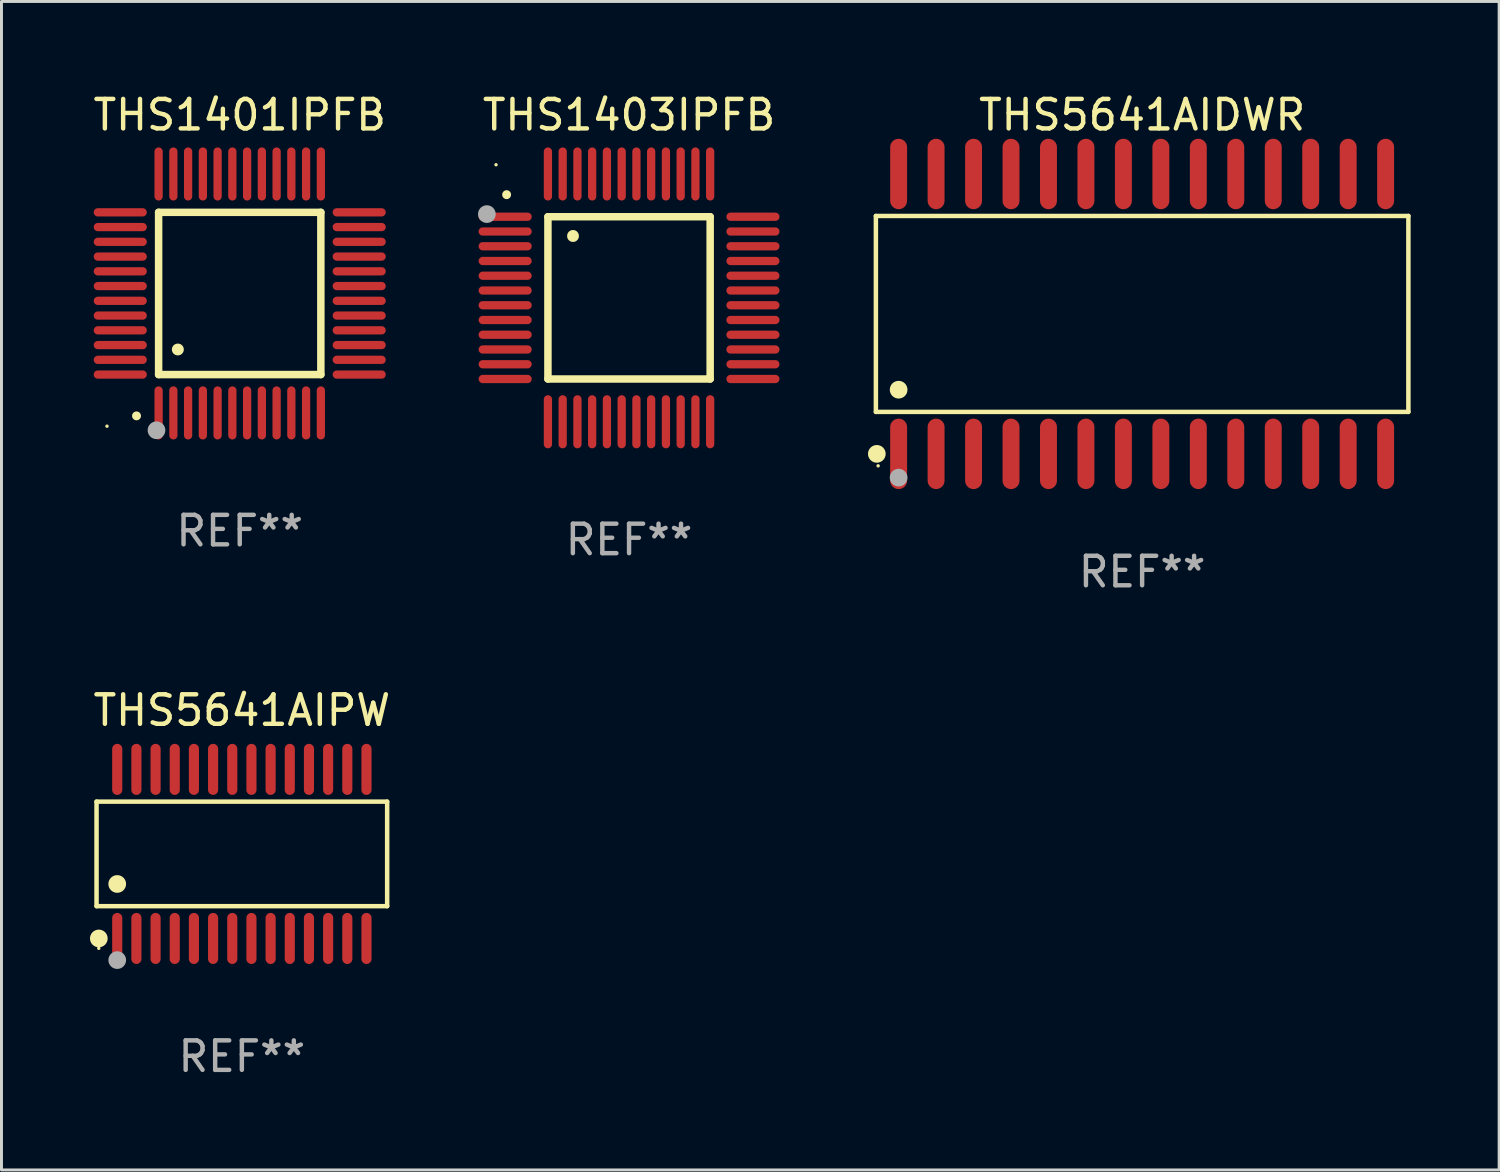
<source format=kicad_pcb>
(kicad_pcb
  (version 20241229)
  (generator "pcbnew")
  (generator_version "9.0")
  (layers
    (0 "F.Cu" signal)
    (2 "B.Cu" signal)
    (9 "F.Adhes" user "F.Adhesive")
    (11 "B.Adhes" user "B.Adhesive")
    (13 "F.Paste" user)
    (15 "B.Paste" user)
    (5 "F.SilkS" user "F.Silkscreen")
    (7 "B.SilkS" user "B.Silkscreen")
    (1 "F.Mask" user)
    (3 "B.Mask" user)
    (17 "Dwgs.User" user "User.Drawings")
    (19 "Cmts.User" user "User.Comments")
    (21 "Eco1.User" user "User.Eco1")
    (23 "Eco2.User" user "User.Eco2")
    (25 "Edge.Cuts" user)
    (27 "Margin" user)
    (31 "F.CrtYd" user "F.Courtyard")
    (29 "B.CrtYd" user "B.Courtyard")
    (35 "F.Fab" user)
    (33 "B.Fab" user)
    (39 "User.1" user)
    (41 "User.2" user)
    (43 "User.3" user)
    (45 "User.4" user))
  (footprint "THS5641AIDWR"
    (layer "F.Cu")
    (at 35.669 7.592)
    (property "Reference" "THS5641AIDWR" (at 0 -6.744 0) (layer "F.SilkS") (effects (font (size 1 1) (thickness 0.15))))
    (attr through_hole)
    (fp_line (start -9.026 -3.321) (end 9.026 -3.321) (stroke (width 0.152) (type solid)) (layer "F.SilkS"))
    (fp_line (start -9.026 3.321) (end -9.026 -3.321) (stroke (width 0.152) (type solid)) (layer "F.SilkS"))
    (fp_line (start 9.026 -3.321) (end 9.026 3.321) (stroke (width 0.152) (type solid)) (layer "F.SilkS"))
    (fp_line (start 9.026 3.321) (end -9.026 3.321) (stroke (width 0.152) (type solid)) (layer "F.SilkS"))
    (fp_circle (center -8.994 4.744) (end -8.844 4.744) (stroke (width 0.3) (type solid)) (fill no) (layer "F.SilkS"))
    (fp_circle (center -8.95 5.15) (end -8.92 5.15) (stroke (width 0.06) (type solid)) (fill no) (layer "F.SilkS"))
    (fp_circle (center -8.255 2.569) (end -8.105 2.569) (stroke (width 0.3) (type solid)) (fill no) (layer "F.SilkS"))
    (fp_circle (center -8.255 5.55) (end -8.105 5.55) (stroke (width 0.3) (type solid)) (fill no) (layer "F.Fab"))
    (fp_text user "REF**" (at 0 8.744 0) (layer "F.Fab") (effects (font (size 1 1) (thickness 0.15))))
    (pad "1" smd oval (at -8.255 4.744) (size 0.574 2.388) (layers "F.Cu" "F.Mask" "F.Paste"))
    (pad "2" smd oval (at -6.985 4.744) (size 0.574 2.388) (layers "F.Cu" "F.Mask" "F.Paste"))
    (pad "3" smd oval (at -5.715 4.744) (size 0.574 2.388) (layers "F.Cu" "F.Mask" "F.Paste"))
    (pad "4" smd oval (at -4.445 4.744) (size 0.574 2.388) (layers "F.Cu" "F.Mask" "F.Paste"))
    (pad "5" smd oval (at -3.175 4.744) (size 0.574 2.388) (layers "F.Cu" "F.Mask" "F.Paste"))
    (pad "6" smd oval (at -1.905 4.744) (size 0.574 2.388) (layers "F.Cu" "F.Mask" "F.Paste"))
    (pad "7" smd oval (at -0.635 4.744) (size 0.574 2.388) (layers "F.Cu" "F.Mask" "F.Paste"))
    (pad "8" smd oval (at 0.635 4.744) (size 0.574 2.388) (layers "F.Cu" "F.Mask" "F.Paste"))
    (pad "9" smd oval (at 1.905 4.744) (size 0.574 2.388) (layers "F.Cu" "F.Mask" "F.Paste"))
    (pad "10" smd oval (at 3.175 4.744) (size 0.574 2.388) (layers "F.Cu" "F.Mask" "F.Paste"))
    (pad "11" smd oval (at 4.445 4.744) (size 0.574 2.388) (layers "F.Cu" "F.Mask" "F.Paste"))
    (pad "12" smd oval (at 5.715 4.744) (size 0.574 2.388) (layers "F.Cu" "F.Mask" "F.Paste"))
    (pad "13" smd oval (at 6.985 4.744) (size 0.574 2.388) (layers "F.Cu" "F.Mask" "F.Paste"))
    (pad "14" smd oval (at 8.255 4.744) (size 0.574 2.388) (layers "F.Cu" "F.Mask" "F.Paste"))
    (pad "15" smd oval (at 8.255 -4.744) (size 0.574 2.388) (layers "F.Cu" "F.Mask" "F.Paste"))
    (pad "16" smd oval (at 6.985 -4.744) (size 0.574 2.388) (layers "F.Cu" "F.Mask" "F.Paste"))
    (pad "17" smd oval (at 5.715 -4.744) (size 0.574 2.388) (layers "F.Cu" "F.Mask" "F.Paste"))
    (pad "18" smd oval (at 4.445 -4.744) (size 0.574 2.388) (layers "F.Cu" "F.Mask" "F.Paste"))
    (pad "19" smd oval (at 3.175 -4.744) (size 0.574 2.388) (layers "F.Cu" "F.Mask" "F.Paste"))
    (pad "20" smd oval (at 1.905 -4.744) (size 0.574 2.388) (layers "F.Cu" "F.Mask" "F.Paste"))
    (pad "21" smd oval (at 0.635 -4.744) (size 0.574 2.388) (layers "F.Cu" "F.Mask" "F.Paste"))
    (pad "22" smd oval (at -0.635 -4.744) (size 0.574 2.388) (layers "F.Cu" "F.Mask" "F.Paste"))
    (pad "23" smd oval (at -1.905 -4.744) (size 0.574 2.388) (layers "F.Cu" "F.Mask" "F.Paste"))
    (pad "24" smd oval (at -3.175 -4.744) (size 0.574 2.388) (layers "F.Cu" "F.Mask" "F.Paste"))
    (pad "25" smd oval (at -4.445 -4.744) (size 0.574 2.388) (layers "F.Cu" "F.Mask" "F.Paste"))
    (pad "26" smd oval (at -5.715 -4.744) (size 0.574 2.388) (layers "F.Cu" "F.Mask" "F.Paste"))
    (pad "27" smd oval (at -6.985 -4.744) (size 0.574 2.388) (layers "F.Cu" "F.Mask" "F.Paste"))
    (pad "28" smd oval (at -8.255 -4.744) (size 0.574 2.388) (layers "F.Cu" "F.Mask" "F.Paste")))
  (footprint "THS1401IPFB"
    (layer "F.Cu")
    (at 5.077 6.898)
    (property "Reference" "THS1401IPFB" (at 0 -6.05 0) (layer "F.SilkS") (effects (font (size 1 1) (thickness 0.15))))
    (attr through_hole)
    (fp_line (start -2.75 -2.75) (end 2.75 -2.75) (stroke (width 0.254) (type solid)) (layer "F.SilkS"))
    (fp_line (start -2.75 2.75) (end -2.75 -2.75) (stroke (width 0.254) (type solid)) (layer "F.SilkS"))
    (fp_line (start 2.75 -2.75) (end 2.75 2.75) (stroke (width 0.254) (type solid)) (layer "F.SilkS"))
    (fp_line (start 2.75 2.75) (end -2.75 2.75) (stroke (width 0.254) (type solid)) (layer "F.SilkS"))
    (fp_arc (start -3.500127 4.150368) (mid -3.498857 4.150363) (end -3.497587 4.150368) (stroke (width 0.3) (type solid)) (layer "F.SilkS"))
    (fp_arc (start -2.100584 1.899924) (mid -2.098044 1.899908) (end -2.095504 1.899924) (stroke (width 0.4) (type solid)) (layer "F.SilkS"))
    (fp_circle (center -4.5 4.5) (end -4.47 4.5) (stroke (width 0.06) (type solid)) (fill no) (layer "F.SilkS"))
    (fp_circle (center -2.822 4.638) (end -2.672 4.638) (stroke (width 0.3) (type solid)) (fill no) (layer "F.Fab"))
    (fp_text user "REF**" (at 0 8.05 0) (layer "F.Fab") (effects (font (size 1 1) (thickness 0.15))))
    (pad "1" smd oval (at -2.75 4.05) (size 0.28 1.8) (layers "F.Cu" "F.Mask" "F.Paste"))
    (pad "2" smd oval (at -2.25 4.05) (size 0.28 1.8) (layers "F.Cu" "F.Mask" "F.Paste"))
    (pad "3" smd oval (at -1.75 4.05) (size 0.28 1.8) (layers "F.Cu" "F.Mask" "F.Paste"))
    (pad "4" smd oval (at -1.25 4.05) (size 0.28 1.8) (layers "F.Cu" "F.Mask" "F.Paste"))
    (pad "5" smd oval (at -0.75 4.05) (size 0.28 1.8) (layers "F.Cu" "F.Mask" "F.Paste"))
    (pad "6" smd oval (at -0.25 4.05) (size 0.28 1.8) (layers "F.Cu" "F.Mask" "F.Paste"))
    (pad "7" smd oval (at 0.25 4.05) (size 0.28 1.8) (layers "F.Cu" "F.Mask" "F.Paste"))
    (pad "8" smd oval (at 0.75 4.05) (size 0.28 1.8) (layers "F.Cu" "F.Mask" "F.Paste"))
    (pad "9" smd oval (at 1.25 4.05) (size 0.28 1.8) (layers "F.Cu" "F.Mask" "F.Paste"))
    (pad "10" smd oval (at 1.75 4.05) (size 0.28 1.8) (layers "F.Cu" "F.Mask" "F.Paste"))
    (pad "11" smd oval (at 2.25 4.05) (size 0.28 1.8) (layers "F.Cu" "F.Mask" "F.Paste"))
    (pad "12" smd oval (at 2.75 4.05) (size 0.28 1.8) (layers "F.Cu" "F.Mask" "F.Paste"))
    (pad "13" smd oval (at 4.05 2.75) (size 1.8 0.28) (layers "F.Cu" "F.Mask" "F.Paste"))
    (pad "14" smd oval (at 4.05 2.25) (size 1.8 0.28) (layers "F.Cu" "F.Mask" "F.Paste"))
    (pad "15" smd oval (at 4.05 1.75) (size 1.8 0.28) (layers "F.Cu" "F.Mask" "F.Paste"))
    (pad "16" smd oval (at 4.05 1.25) (size 1.8 0.28) (layers "F.Cu" "F.Mask" "F.Paste"))
    (pad "17" smd oval (at 4.05 0.75) (size 1.8 0.28) (layers "F.Cu" "F.Mask" "F.Paste"))
    (pad "18" smd oval (at 4.05 0.25) (size 1.8 0.28) (layers "F.Cu" "F.Mask" "F.Paste"))
    (pad "19" smd oval (at 4.05 -0.25) (size 1.8 0.28) (layers "F.Cu" "F.Mask" "F.Paste"))
    (pad "20" smd oval (at 4.05 -0.75) (size 1.8 0.28) (layers "F.Cu" "F.Mask" "F.Paste"))
    (pad "21" smd oval (at 4.05 -1.25) (size 1.8 0.28) (layers "F.Cu" "F.Mask" "F.Paste"))
    (pad "22" smd oval (at 4.05 -1.75) (size 1.8 0.28) (layers "F.Cu" "F.Mask" "F.Paste"))
    (pad "23" smd oval (at 4.05 -2.25) (size 1.8 0.28) (layers "F.Cu" "F.Mask" "F.Paste"))
    (pad "24" smd oval (at 4.05 -2.75) (size 1.8 0.28) (layers "F.Cu" "F.Mask" "F.Paste"))
    (pad "25" smd oval (at 2.75 -4.05) (size 0.28 1.8) (layers "F.Cu" "F.Mask" "F.Paste"))
    (pad "26" smd oval (at 2.25 -4.05) (size 0.28 1.8) (layers "F.Cu" "F.Mask" "F.Paste"))
    (pad "27" smd oval (at 1.75 -4.05) (size 0.28 1.8) (layers "F.Cu" "F.Mask" "F.Paste"))
    (pad "28" smd oval (at 1.25 -4.05) (size 0.28 1.8) (layers "F.Cu" "F.Mask" "F.Paste"))
    (pad "29" smd oval (at 0.75 -4.05) (size 0.28 1.8) (layers "F.Cu" "F.Mask" "F.Paste"))
    (pad "30" smd oval (at 0.25 -4.05) (size 0.28 1.8) (layers "F.Cu" "F.Mask" "F.Paste"))
    (pad "31" smd oval (at -0.25 -4.05) (size 0.28 1.8) (layers "F.Cu" "F.Mask" "F.Paste"))
    (pad "32" smd oval (at -0.75 -4.05) (size 0.28 1.8) (layers "F.Cu" "F.Mask" "F.Paste"))
    (pad "33" smd oval (at -1.25 -4.05) (size 0.28 1.8) (layers "F.Cu" "F.Mask" "F.Paste"))
    (pad "34" smd oval (at -1.75 -4.05) (size 0.28 1.8) (layers "F.Cu" "F.Mask" "F.Paste"))
    (pad "35" smd oval (at -2.25 -4.05) (size 0.28 1.8) (layers "F.Cu" "F.Mask" "F.Paste"))
    (pad "36" smd oval (at -2.75 -4.05) (size 0.28 1.8) (layers "F.Cu" "F.Mask" "F.Paste"))
    (pad "37" smd oval (at -4.05 -2.75) (size 1.8 0.28) (layers "F.Cu" "F.Mask" "F.Paste"))
    (pad "38" smd oval (at -4.05 -2.25) (size 1.8 0.28) (layers "F.Cu" "F.Mask" "F.Paste"))
    (pad "39" smd oval (at -4.05 -1.75) (size 1.8 0.28) (layers "F.Cu" "F.Mask" "F.Paste"))
    (pad "40" smd oval (at -4.05 -1.25) (size 1.8 0.28) (layers "F.Cu" "F.Mask" "F.Paste"))
    (pad "41" smd oval (at -4.05 -0.75) (size 1.8 0.28) (layers "F.Cu" "F.Mask" "F.Paste"))
    (pad "42" smd oval (at -4.05 -0.25) (size 1.8 0.28) (layers "F.Cu" "F.Mask" "F.Paste"))
    (pad "43" smd oval (at -4.05 0.25) (size 1.8 0.28) (layers "F.Cu" "F.Mask" "F.Paste"))
    (pad "44" smd oval (at -4.05 0.75) (size 1.8 0.28) (layers "F.Cu" "F.Mask" "F.Paste"))
    (pad "45" smd oval (at -4.05 1.25) (size 1.8 0.28) (layers "F.Cu" "F.Mask" "F.Paste"))
    (pad "46" smd oval (at -4.05 1.75) (size 1.8 0.28) (layers "F.Cu" "F.Mask" "F.Paste"))
    (pad "47" smd oval (at -4.05 2.25) (size 1.8 0.28) (layers "F.Cu" "F.Mask" "F.Paste"))
    (pad "48" smd oval (at -4.05 2.75) (size 1.8 0.28) (layers "F.Cu" "F.Mask" "F.Paste")))
  (footprint "THS1403IPFB"
    (layer "F.Cu")
    (at 18.275 7.048)
    (property "Reference" "THS1403IPFB" (at 0 -6.2 0) (layer "F.SilkS") (effects (font (size 1 1) (thickness 0.15))))
    (attr through_hole)
    (fp_line (start -2.75 -2.75) (end 2.75 -2.75) (stroke (width 0.254) (type solid)) (layer "F.SilkS"))
    (fp_line (start -2.75 2.75) (end -2.75 -2.75) (stroke (width 0.254) (type solid)) (layer "F.SilkS"))
    (fp_line (start 2.75 -2.75) (end 2.75 2.75) (stroke (width 0.254) (type solid)) (layer "F.SilkS"))
    (fp_line (start 2.75 2.75) (end -2.75 2.75) (stroke (width 0.254) (type solid)) (layer "F.SilkS"))
    (fp_arc (start -4.150368 -3.497587) (mid -4.150373 -3.498857) (end -4.150368 -3.500127) (stroke (width 0.3) (type solid)) (layer "F.SilkS"))
    (fp_arc (start -1.899924 -2.095504) (mid -1.89994 -2.098044) (end -1.899924 -2.100584) (stroke (width 0.4) (type solid)) (layer "F.SilkS"))
    (fp_circle (center -4.509 -4.513) (end -4.479 -4.513) (stroke (width 0.06) (type solid)) (fill no) (layer "F.SilkS"))
    (fp_circle (center -4.82 -2.84) (end -4.67 -2.84) (stroke (width 0.3) (type solid)) (fill no) (layer "F.Fab"))
    (fp_text user "REF**" (at 0 8.2 0) (layer "F.Fab") (effects (font (size 1 1) (thickness 0.15))))
    (pad "1" smd oval (at -4.2 -2.75 90) (size 0.28 1.8) (layers "F.Cu" "F.Mask" "F.Paste"))
    (pad "2" smd oval (at -4.2 -2.25 90) (size 0.28 1.8) (layers "F.Cu" "F.Mask" "F.Paste"))
    (pad "3" smd oval (at -4.2 -1.75 90) (size 0.28 1.8) (layers "F.Cu" "F.Mask" "F.Paste"))
    (pad "4" smd oval (at -4.2 -1.25 90) (size 0.28 1.8) (layers "F.Cu" "F.Mask" "F.Paste"))
    (pad "5" smd oval (at -4.2 -0.75 90) (size 0.28 1.8) (layers "F.Cu" "F.Mask" "F.Paste"))
    (pad "6" smd oval (at -4.2 -0.25 90) (size 0.28 1.8) (layers "F.Cu" "F.Mask" "F.Paste"))
    (pad "7" smd oval (at -4.2 0.25 90) (size 0.28 1.8) (layers "F.Cu" "F.Mask" "F.Paste"))
    (pad "8" smd oval (at -4.2 0.75 90) (size 0.28 1.8) (layers "F.Cu" "F.Mask" "F.Paste"))
    (pad "9" smd oval (at -4.2 1.25 90) (size 0.28 1.8) (layers "F.Cu" "F.Mask" "F.Paste"))
    (pad "10" smd oval (at -4.2 1.75 90) (size 0.28 1.8) (layers "F.Cu" "F.Mask" "F.Paste"))
    (pad "11" smd oval (at -4.2 2.25 90) (size 0.28 1.8) (layers "F.Cu" "F.Mask" "F.Paste"))
    (pad "12" smd oval (at -4.2 2.75 90) (size 0.28 1.8) (layers "F.Cu" "F.Mask" "F.Paste"))
    (pad "13" smd oval (at -2.75 4.2) (size 0.28 1.8) (layers "F.Cu" "F.Mask" "F.Paste"))
    (pad "14" smd oval (at -2.25 4.2) (size 0.28 1.8) (layers "F.Cu" "F.Mask" "F.Paste"))
    (pad "15" smd oval (at -1.75 4.2) (size 0.28 1.8) (layers "F.Cu" "F.Mask" "F.Paste"))
    (pad "16" smd oval (at -1.25 4.2) (size 0.28 1.8) (layers "F.Cu" "F.Mask" "F.Paste"))
    (pad "17" smd oval (at -0.75 4.2) (size 0.28 1.8) (layers "F.Cu" "F.Mask" "F.Paste"))
    (pad "18" smd oval (at -0.25 4.2) (size 0.28 1.8) (layers "F.Cu" "F.Mask" "F.Paste"))
    (pad "19" smd oval (at 0.25 4.2) (size 0.28 1.8) (layers "F.Cu" "F.Mask" "F.Paste"))
    (pad "20" smd oval (at 0.75 4.2) (size 0.28 1.8) (layers "F.Cu" "F.Mask" "F.Paste"))
    (pad "21" smd oval (at 1.25 4.2) (size 0.28 1.8) (layers "F.Cu" "F.Mask" "F.Paste"))
    (pad "22" smd oval (at 1.75 4.2) (size 0.28 1.8) (layers "F.Cu" "F.Mask" "F.Paste"))
    (pad "23" smd oval (at 2.25 4.2) (size 0.28 1.8) (layers "F.Cu" "F.Mask" "F.Paste"))
    (pad "24" smd oval (at 2.75 4.2) (size 0.28 1.8) (layers "F.Cu" "F.Mask" "F.Paste"))
    (pad "25" smd oval (at 4.2 2.75 90) (size 0.28 1.8) (layers "F.Cu" "F.Mask" "F.Paste"))
    (pad "26" smd oval (at 4.2 2.25 90) (size 0.28 1.8) (layers "F.Cu" "F.Mask" "F.Paste"))
    (pad "27" smd oval (at 4.2 1.75 90) (size 0.28 1.8) (layers "F.Cu" "F.Mask" "F.Paste"))
    (pad "28" smd oval (at 4.2 1.25 90) (size 0.28 1.8) (layers "F.Cu" "F.Mask" "F.Paste"))
    (pad "29" smd oval (at 4.2 0.75 90) (size 0.28 1.8) (layers "F.Cu" "F.Mask" "F.Paste"))
    (pad "30" smd oval (at 4.2 0.25 90) (size 0.28 1.8) (layers "F.Cu" "F.Mask" "F.Paste"))
    (pad "31" smd oval (at 4.2 -0.25 90) (size 0.28 1.8) (layers "F.Cu" "F.Mask" "F.Paste"))
    (pad "32" smd oval (at 4.2 -0.75 90) (size 0.28 1.8) (layers "F.Cu" "F.Mask" "F.Paste"))
    (pad "33" smd oval (at 4.2 -1.25 90) (size 0.28 1.8) (layers "F.Cu" "F.Mask" "F.Paste"))
    (pad "34" smd oval (at 4.2 -1.75 90) (size 0.28 1.8) (layers "F.Cu" "F.Mask" "F.Paste"))
    (pad "35" smd oval (at 4.2 -2.25 90) (size 0.28 1.8) (layers "F.Cu" "F.Mask" "F.Paste"))
    (pad "36" smd oval (at 4.2 -2.75 90) (size 0.28 1.8) (layers "F.Cu" "F.Mask" "F.Paste"))
    (pad "37" smd oval (at 2.75 -4.2) (size 0.28 1.8) (layers "F.Cu" "F.Mask" "F.Paste"))
    (pad "38" smd oval (at 2.25 -4.2) (size 0.28 1.8) (layers "F.Cu" "F.Mask" "F.Paste"))
    (pad "39" smd oval (at 1.75 -4.2) (size 0.28 1.8) (layers "F.Cu" "F.Mask" "F.Paste"))
    (pad "40" smd oval (at 1.25 -4.2) (size 0.28 1.8) (layers "F.Cu" "F.Mask" "F.Paste"))
    (pad "41" smd oval (at 0.75 -4.2) (size 0.28 1.8) (layers "F.Cu" "F.Mask" "F.Paste"))
    (pad "42" smd oval (at 0.25 -4.2) (size 0.28 1.8) (layers "F.Cu" "F.Mask" "F.Paste"))
    (pad "43" smd oval (at -0.25 -4.2) (size 0.28 1.8) (layers "F.Cu" "F.Mask" "F.Paste"))
    (pad "44" smd oval (at -0.75 -4.2) (size 0.28 1.8) (layers "F.Cu" "F.Mask" "F.Paste"))
    (pad "45" smd oval (at -1.25 -4.2) (size 0.28 1.8) (layers "F.Cu" "F.Mask" "F.Paste"))
    (pad "46" smd oval (at -1.75 -4.2) (size 0.28 1.8) (layers "F.Cu" "F.Mask" "F.Paste"))
    (pad "47" smd oval (at -2.25 -4.2) (size 0.28 1.8) (layers "F.Cu" "F.Mask" "F.Paste"))
    (pad "48" smd oval (at -2.75 -4.2) (size 0.28 1.8) (layers "F.Cu" "F.Mask" "F.Paste")))
  (footprint "THS5641AIPW"
    (layer "F.Cu")
    (at 5.149 25.898)
    (property "Reference" "THS5641AIPW" (at 0 -4.866 0) (layer "F.SilkS") (effects (font (size 1 1) (thickness 0.15))))
    (attr through_hole)
    (fp_line (start -4.926 -1.772) (end 4.926 -1.772) (stroke (width 0.152) (type solid)) (layer "F.SilkS"))
    (fp_line (start -4.926 1.771) (end -4.926 -1.772) (stroke (width 0.152) (type solid)) (layer "F.SilkS"))
    (fp_line (start 4.926 -1.772) (end 4.926 1.771) (stroke (width 0.152) (type solid)) (layer "F.SilkS"))
    (fp_line (start 4.926 1.771) (end -4.926 1.771) (stroke (width 0.152) (type solid)) (layer "F.SilkS"))
    (fp_circle (center -4.85 3.2) (end -4.82 3.2) (stroke (width 0.06) (type solid)) (fill no) (layer "F.SilkS"))
    (fp_circle (center -4.849 2.866) (end -4.699 2.866) (stroke (width 0.3) (type solid)) (fill no) (layer "F.SilkS"))
    (fp_circle (center -4.225 1.019) (end -4.075 1.019) (stroke (width 0.3) (type solid)) (fill no) (layer "F.SilkS"))
    (fp_circle (center -4.225 3.6) (end -4.075 3.6) (stroke (width 0.3) (type solid)) (fill no) (layer "F.Fab"))
    (fp_text user "REF**" (at 0 6.866 0) (layer "F.Fab") (effects (font (size 1 1) (thickness 0.15))))
    (pad "1" smd oval (at -4.225 2.866) (size 0.343 1.731) (layers "F.Cu" "F.Mask" "F.Paste"))
    (pad "2" smd oval (at -3.575 2.866) (size 0.343 1.731) (layers "F.Cu" "F.Mask" "F.Paste"))
    (pad "3" smd oval (at -2.925 2.866) (size 0.343 1.731) (layers "F.Cu" "F.Mask" "F.Paste"))
    (pad "4" smd oval (at -2.275 2.866) (size 0.343 1.731) (layers "F.Cu" "F.Mask" "F.Paste"))
    (pad "5" smd oval (at -1.625 2.866) (size 0.343 1.731) (layers "F.Cu" "F.Mask" "F.Paste"))
    (pad "6" smd oval (at -0.975 2.866) (size 0.343 1.731) (layers "F.Cu" "F.Mask" "F.Paste"))
    (pad "7" smd oval (at -0.325 2.866) (size 0.343 1.731) (layers "F.Cu" "F.Mask" "F.Paste"))
    (pad "8" smd oval (at 0.325 2.866) (size 0.343 1.731) (layers "F.Cu" "F.Mask" "F.Paste"))
    (pad "9" smd oval (at 0.975 2.866) (size 0.343 1.731) (layers "F.Cu" "F.Mask" "F.Paste"))
    (pad "10" smd oval (at 1.625 2.866) (size 0.343 1.731) (layers "F.Cu" "F.Mask" "F.Paste"))
    (pad "11" smd oval (at 2.275 2.866) (size 0.343 1.731) (layers "F.Cu" "F.Mask" "F.Paste"))
    (pad "12" smd oval (at 2.925 2.866) (size 0.343 1.731) (layers "F.Cu" "F.Mask" "F.Paste"))
    (pad "13" smd oval (at 3.575 2.866) (size 0.343 1.731) (layers "F.Cu" "F.Mask" "F.Paste"))
    (pad "14" smd oval (at 4.225 2.866) (size 0.343 1.731) (layers "F.Cu" "F.Mask" "F.Paste"))
    (pad "15" smd oval (at 4.225 -2.866) (size 0.343 1.731) (layers "F.Cu" "F.Mask" "F.Paste"))
    (pad "16" smd oval (at 3.575 -2.866) (size 0.343 1.731) (layers "F.Cu" "F.Mask" "F.Paste"))
    (pad "17" smd oval (at 2.925 -2.866) (size 0.343 1.731) (layers "F.Cu" "F.Mask" "F.Paste"))
    (pad "18" smd oval (at 2.275 -2.866) (size 0.343 1.731) (layers "F.Cu" "F.Mask" "F.Paste"))
    (pad "19" smd oval (at 1.625 -2.866) (size 0.343 1.731) (layers "F.Cu" "F.Mask" "F.Paste"))
    (pad "20" smd oval (at 0.975 -2.866) (size 0.343 1.731) (layers "F.Cu" "F.Mask" "F.Paste"))
    (pad "21" smd oval (at 0.325 -2.866) (size 0.343 1.731) (layers "F.Cu" "F.Mask" "F.Paste"))
    (pad "22" smd oval (at -0.325 -2.866) (size 0.343 1.731) (layers "F.Cu" "F.Mask" "F.Paste"))
    (pad "23" smd oval (at -0.975 -2.866) (size 0.343 1.731) (layers "F.Cu" "F.Mask" "F.Paste"))
    (pad "24" smd oval (at -1.625 -2.866) (size 0.343 1.731) (layers "F.Cu" "F.Mask" "F.Paste"))
    (pad "25" smd oval (at -2.275 -2.866) (size 0.343 1.731) (layers "F.Cu" "F.Mask" "F.Paste"))
    (pad "26" smd oval (at -2.925 -2.866) (size 0.343 1.731) (layers "F.Cu" "F.Mask" "F.Paste"))
    (pad "27" smd oval (at -3.575 -2.866) (size 0.343 1.731) (layers "F.Cu" "F.Mask" "F.Paste"))
    (pad "28" smd oval (at -4.225 -2.866) (size 0.343 1.731) (layers "F.Cu" "F.Mask" "F.Paste")))
  (gr_rect
    (start -3 -3)
    (end 47.772 36.612)
    (stroke (width 0.1) (type default))
    (fill no)
    (layer "Edge.Cuts")))
</source>
